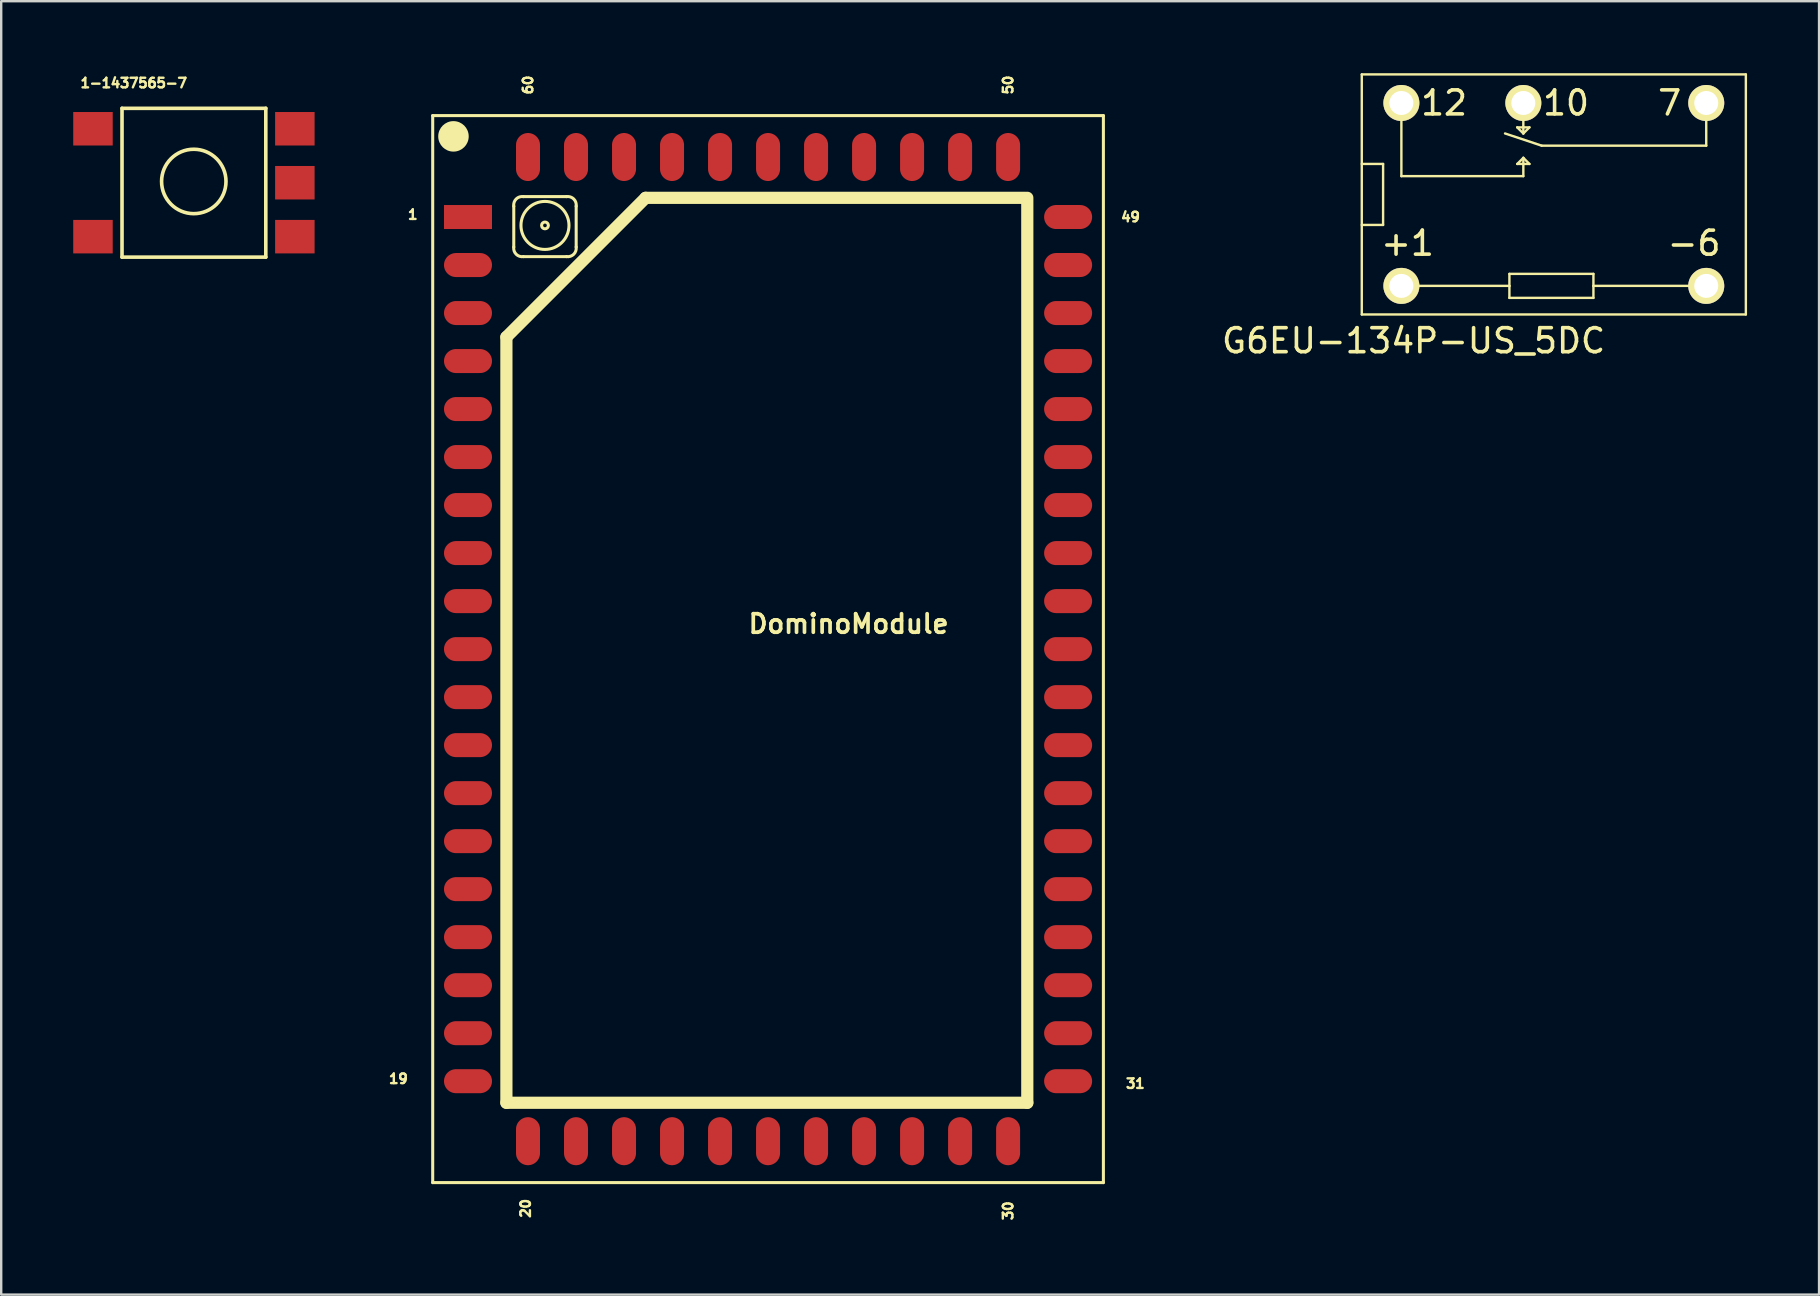
<source format=kicad_pcb>
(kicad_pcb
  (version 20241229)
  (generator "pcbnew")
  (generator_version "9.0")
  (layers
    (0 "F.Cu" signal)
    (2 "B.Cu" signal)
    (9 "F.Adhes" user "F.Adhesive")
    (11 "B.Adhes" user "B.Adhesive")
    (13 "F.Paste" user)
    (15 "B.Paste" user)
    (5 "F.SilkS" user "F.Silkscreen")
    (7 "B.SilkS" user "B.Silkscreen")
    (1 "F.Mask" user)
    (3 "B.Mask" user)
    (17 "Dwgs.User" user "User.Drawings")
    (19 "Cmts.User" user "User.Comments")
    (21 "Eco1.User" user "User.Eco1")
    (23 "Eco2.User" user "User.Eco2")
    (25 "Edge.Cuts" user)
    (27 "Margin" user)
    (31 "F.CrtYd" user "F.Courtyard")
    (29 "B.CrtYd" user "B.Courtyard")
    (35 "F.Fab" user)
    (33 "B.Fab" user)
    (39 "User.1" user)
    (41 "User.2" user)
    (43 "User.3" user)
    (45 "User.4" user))
  (footprint "1-1437565-7"
    (layer "F.Cu")
    (at 0.823 6.809)
    (property "Reference" "1-1437565-7" (at 1.7 -6.4 0) (layer "F.SilkS") (effects (font (size 0.4 0.4) (thickness 0.1))))
    (attr through_hole)
    (fp_line (start 1.21 -5.347) (end 1.21 0.853) (stroke (width 0.15) (type solid)) (layer "F.SilkS"))
    (fp_line (start 1.21 0.853) (end 7.2 0.853) (stroke (width 0.15) (type solid)) (layer "F.SilkS"))
    (fp_line (start 7.2 -5.347) (end 1.21 -5.347) (stroke (width 0.15) (type solid)) (layer "F.SilkS"))
    (fp_line (start 7.2 0.853) (end 7.2 -5.347) (stroke (width 0.15) (type solid)) (layer "F.SilkS"))
    (fp_circle (center 4.2 -2.3) (end 3.6 -3.5) (stroke (width 0.15) (type solid)) (fill no) (layer "F.SilkS"))
    (pad "1" smd rect (at 0 0) (size 1.645 1.395) (layers "F.Cu" "F.Mask" "F.Paste"))
    (pad "2" smd rect (at 8.41 0) (size 1.645 1.395) (layers "F.Cu" "F.Mask" "F.Paste"))
    (pad "3" smd rect (at 0 -4.495) (size 1.645 1.395) (layers "F.Cu" "F.Mask" "F.Paste"))
    (pad "4" smd rect (at 8.41 -4.495) (size 1.645 1.395) (layers "F.Cu" "F.Mask" "F.Paste"))
    (pad "5" smd rect (at 8.41 -2.247) (size 1.645 1.395) (layers "F.Cu" "F.Mask" "F.Paste")))
  (footprint "G6EU-134P-US_5DC"
    (layer "F.Cu")
    (at 61.68 5.05)
    (property "Reference" "G6EU-134P-US_5DC" (at -5.842 6.096 0) (layer "F.SilkS") (effects (font (size 1 1) (thickness 0.15))))
    (attr through_hole)
    (fp_line (start -8 -5) (end 8 -5) (stroke (width 0.1) (type solid)) (layer "F.SilkS"))
    (fp_line (start -8 -1.27) (end -7.112 -1.27) (stroke (width 0.1) (type solid)) (layer "F.SilkS"))
    (fp_line (start -8 5) (end -8 -5) (stroke (width 0.1) (type solid)) (layer "F.SilkS"))
    (fp_line (start -7.112 -1.27) (end -7.112 1.27) (stroke (width 0.1) (type solid)) (layer "F.SilkS"))
    (fp_line (start -7.112 1.27) (end -8 1.27) (stroke (width 0.1) (type solid)) (layer "F.SilkS"))
    (fp_line (start -6.35 -3.302) (end -6.35 -0.762) (stroke (width 0.1) (type solid)) (layer "F.SilkS"))
    (fp_line (start -6.35 -0.762) (end -1.27 -0.762) (stroke (width 0.1) (type solid)) (layer "F.SilkS"))
    (fp_line (start -5.85 3.81) (end -1.85 3.81) (stroke (width 0.1) (type solid)) (layer "F.SilkS"))
    (fp_line (start -1.85 3.31) (end 1.65 3.31) (stroke (width 0.1) (type solid)) (layer "F.SilkS"))
    (fp_line (start -1.85 3.81) (end -1.85 3.31) (stroke (width 0.1) (type solid)) (layer "F.SilkS"))
    (fp_line (start -1.85 4.31) (end -1.85 3.81) (stroke (width 0.1) (type solid)) (layer "F.SilkS"))
    (fp_line (start -1.524 -2.794) (end -1.016 -2.794) (stroke (width 0.1) (type solid)) (layer "F.SilkS"))
    (fp_line (start -1.524 -1.27) (end -1.016 -1.27) (stroke (width 0.1) (type solid)) (layer "F.SilkS"))
    (fp_line (start -1.27 -3.302) (end -1.27 -2.794) (stroke (width 0.1) (type solid)) (layer "F.SilkS"))
    (fp_line (start -1.27 -2.794) (end -1.27 -2.54) (stroke (width 0.1) (type solid)) (layer "F.SilkS"))
    (fp_line (start -1.27 -2.54) (end -1.524 -2.794) (stroke (width 0.1) (type solid)) (layer "F.SilkS"))
    (fp_line (start -1.27 -1.524) (end -1.524 -1.27) (stroke (width 0.1) (type solid)) (layer "F.SilkS"))
    (fp_line (start -1.27 -0.762) (end -1.27 -1.524) (stroke (width 0.1) (type solid)) (layer "F.SilkS"))
    (fp_line (start -1.016 -2.794) (end -1.27 -2.54) (stroke (width 0.1) (type solid)) (layer "F.SilkS"))
    (fp_line (start -1.016 -1.27) (end -1.27 -1.524) (stroke (width 0.1) (type solid)) (layer "F.SilkS"))
    (fp_line (start -0.508 -2.032) (end -2.032 -2.54) (stroke (width 0.1) (type solid)) (layer "F.SilkS"))
    (fp_line (start 1.65 3.31) (end 1.65 3.81) (stroke (width 0.1) (type solid)) (layer "F.SilkS"))
    (fp_line (start 1.65 3.81) (end 1.65 4.31) (stroke (width 0.1) (type solid)) (layer "F.SilkS"))
    (fp_line (start 1.65 3.81) (end 5.65 3.81) (stroke (width 0.1) (type solid)) (layer "F.SilkS"))
    (fp_line (start 1.65 4.31) (end -1.85 4.31) (stroke (width 0.1) (type solid)) (layer "F.SilkS"))
    (fp_line (start 6.35 -3.302) (end 6.35 -2.032) (stroke (width 0.1) (type solid)) (layer "F.SilkS"))
    (fp_line (start 6.35 -2.032) (end -0.508 -2.032) (stroke (width 0.1) (type solid)) (layer "F.SilkS"))
    (fp_line (start 8 -5) (end 8 5) (stroke (width 0.1) (type solid)) (layer "F.SilkS"))
    (fp_line (start 8 5) (end -8 5) (stroke (width 0.1) (type solid)) (layer "F.SilkS"))
    (fp_text user "+1" (at -6.096 2.032 0) (layer "F.SilkS") (effects (font (size 1 1) (thickness 0.15))))
    (fp_text user "7" (at 4.826 -3.81 0) (layer "F.SilkS") (effects (font (size 1 1) (thickness 0.15))))
    (fp_text user "-6" (at 5.842 2.032 0) (layer "F.SilkS") (effects (font (size 1 1) (thickness 0.15))))
    (fp_text user "12" (at -4.572 -3.81 0) (layer "F.SilkS") (effects (font (size 1 1) (thickness 0.15))))
    (fp_text user "10" (at 0.508 -3.81 0) (layer "F.SilkS") (effects (font (size 1 1) (thickness 0.15))))
    (pad "1" thru_hole circle (at -6.35 3.81) (size 1.5 1.5) (drill 1) (layers "*.Cu" "*.Mask" "F.SilkS"))
    (pad "2" thru_hole circle (at 6.35 3.81) (size 1.5 1.5) (drill 1) (layers "*.Cu" "*.Mask" "F.SilkS"))
    (pad "3" thru_hole circle (at 6.35 -3.81) (size 1.5 1.5) (drill 1) (layers "*.Cu" "*.Mask" "F.SilkS"))
    (pad "4" thru_hole circle (at -1.27 -3.81) (size 1.5 1.5) (drill 1) (layers "*.Cu" "*.Mask" "F.SilkS"))
    (pad "5" thru_hole circle (at -6.35 -3.81) (size 1.5 1.5) (drill 1) (layers "*.Cu" "*.Mask" "F.SilkS")))
  (footprint "DominoModule"
    (layer "F.Cu")
    (at 28.946 23.991)
    (property "Reference" "DominoModule" (at -0.9 -0.6 0) (layer "F.SilkS") (effects (font (size 0.772 0.772) (thickness 0.154)) (justify left bottom)))
    (attr through_hole)
    (fp_line (start -13.97 -22.225) (end -13.97 22.225) (stroke (width 0.127) (type solid)) (layer "F.SilkS"))
    (fp_line (start -13.97 22.225) (end 13.97 22.225) (stroke (width 0.127) (type solid)) (layer "F.SilkS"))
    (fp_line (start -10.9 -13) (end -5.1 -18.8) (stroke (width 0.508) (type solid)) (layer "F.SilkS"))
    (fp_line (start -10.9 18.9) (end -10.9 -13) (stroke (width 0.508) (type solid)) (layer "F.SilkS"))
    (fp_line (start -10.593 -16.75) (end -10.593 -18.45) (stroke (width 0.127) (type solid)) (layer "F.SilkS"))
    (fp_line (start -10.193 -18.85) (end -8.393 -18.85) (stroke (width 0.127) (type solid)) (layer "F.SilkS"))
    (fp_line (start -8.393 -16.35) (end -10.193 -16.35) (stroke (width 0.127) (type solid)) (layer "F.SilkS"))
    (fp_line (start -7.993 -18.45) (end -7.993 -16.75) (stroke (width 0.127) (type solid)) (layer "F.SilkS"))
    (fp_line (start -5.1 -18.8) (end 10.7 -18.8) (stroke (width 0.508) (type solid)) (layer "F.SilkS"))
    (fp_line (start 10.8 -18.8) (end 10.8 18.9) (stroke (width 0.508) (type solid)) (layer "F.SilkS"))
    (fp_line (start 10.8 18.9) (end -10.9 18.9) (stroke (width 0.508) (type solid)) (layer "F.SilkS"))
    (fp_line (start 13.97 -22.225) (end -13.97 -22.225) (stroke (width 0.127) (type solid)) (layer "F.SilkS"))
    (fp_line (start 13.97 22.225) (end 13.97 -22.225) (stroke (width 0.127) (type solid)) (layer "F.SilkS"))
    (fp_arc (start -10.593479 -18.450491) (mid -10.49361 -18.75036) (end -10.193847 -18.850543) (stroke (width 0.127) (type solid)) (layer "F.SilkS"))
    (fp_arc (start -10.193479 -16.350491) (mid -10.493347 -16.450359) (end -10.59353 -16.750122) (stroke (width 0.127) (type solid)) (layer "F.SilkS"))
    (fp_arc (start -8.393479 -18.850491) (mid -8.09361 -18.750623) (end -7.993425 -18.45086) (stroke (width 0.127) (type solid)) (layer "F.SilkS"))
    (fp_arc (start -7.993479 -16.750491) (mid -8.093346 -16.450623) (end -8.393109 -16.350438) (stroke (width 0.127) (type solid)) (layer "F.SilkS"))
    (fp_circle (center -13.105 -21.36) (end -12.47 -21.36) (stroke (width 0) (type solid)) (fill yes) (layer "F.SilkS"))
    (fp_circle (center -9.293 -17.65) (end -9.152 -17.65) (stroke (width 0.127) (type solid)) (fill no) (layer "F.SilkS"))
    (fp_circle (center -9.293 -17.65) (end -8.293 -17.65) (stroke (width 0.127) (type solid)) (fill no) (layer "F.SilkS"))
    (fp_text user "19" (at -15.4 17.9 0) (layer "F.SilkS") (effects (font (size 0.4 0.4) (thickness 0.1))))
    (fp_text user "31" (at 15.3 18.1 0) (layer "F.SilkS") (effects (font (size 0.4 0.4) (thickness 0.1))))
    (fp_text user "30" (at 10 23.4 90) (layer "F.SilkS") (effects (font (size 0.4 0.4) (thickness 0.1))))
    (fp_text user "60" (at -10 -23.5 90) (layer "F.SilkS") (effects (font (size 0.4 0.4) (thickness 0.1))))
    (fp_text user "1" (at -14.8 -18.1 0) (layer "F.SilkS") (effects (font (size 0.4 0.4) (thickness 0.1))))
    (fp_text user "50" (at 10 -23.5 90) (layer "F.SilkS") (effects (font (size 0.4 0.4) (thickness 0.1))))
    (fp_text user "49" (at 15.1 -18 0) (layer "F.SilkS") (effects (font (size 0.4 0.4) (thickness 0.1))))
    (fp_text user "20" (at -10.1 23.3 90) (layer "F.SilkS") (effects (font (size 0.4 0.4) (thickness 0.1))))
    (pad "1" smd rect (at -12.5 -18) (size 2 1) (layers "F.Cu" "F.Mask" "F.Paste"))
    (pad "2" smd oval (at -12.5 -16) (size 2 1) (layers "F.Cu" "F.Mask" "F.Paste"))
    (pad "3" smd oval (at -12.5 -14 180) (size 2 1) (layers "F.Cu" "F.Mask" "F.Paste"))
    (pad "4" smd oval (at -12.5 -12 180) (size 2 1) (layers "F.Cu" "F.Mask" "F.Paste"))
    (pad "5" smd oval (at -12.5 -10 180) (size 2 1) (layers "F.Cu" "F.Mask" "F.Paste"))
    (pad "6" smd oval (at -12.5 -8 180) (size 2 1) (layers "F.Cu" "F.Mask" "F.Paste"))
    (pad "7" smd oval (at -12.5 -6 180) (size 2 1) (layers "F.Cu" "F.Mask" "F.Paste"))
    (pad "8" smd oval (at -12.5 -4 180) (size 2 1) (layers "F.Cu" "F.Mask" "F.Paste"))
    (pad "9" smd oval (at -12.5 -2 180) (size 2 1) (layers "F.Cu" "F.Mask" "F.Paste"))
    (pad "10" smd oval (at -12.5 0 180) (size 2 1) (layers "F.Cu" "F.Mask" "F.Paste"))
    (pad "11" smd oval (at -12.5 2 180) (size 2 1) (layers "F.Cu" "F.Mask" "F.Paste"))
    (pad "12" smd oval (at -12.5 4 180) (size 2 1) (layers "F.Cu" "F.Mask" "F.Paste"))
    (pad "13" smd oval (at -12.5 6 180) (size 2 1) (layers "F.Cu" "F.Mask" "F.Paste"))
    (pad "14" smd oval (at -12.5 8 180) (size 2 1) (layers "F.Cu" "F.Mask" "F.Paste"))
    (pad "15" smd oval (at -12.5 10) (size 2 1) (layers "F.Cu" "F.Mask" "F.Paste"))
    (pad "16" smd oval (at -12.5 12) (size 2 1) (layers "F.Cu" "F.Mask" "F.Paste"))
    (pad "17" smd oval (at -12.5 14 180) (size 2 1) (layers "F.Cu" "F.Mask" "F.Paste"))
    (pad "18" smd oval (at -12.5 16 180) (size 2 1) (layers "F.Cu" "F.Mask" "F.Paste"))
    (pad "19" smd oval (at -12.5 18 180) (size 2 1) (layers "F.Cu" "F.Mask" "F.Paste"))
    (pad "20" smd oval (at -10 20.5 270) (size 2 1) (layers "F.Cu" "F.Mask" "F.Paste"))
    (pad "21" smd oval (at -8 20.5 270) (size 2 1) (layers "F.Cu" "F.Mask" "F.Paste"))
    (pad "22" smd oval (at -6 20.5 270) (size 2 1) (layers "F.Cu" "F.Mask" "F.Paste"))
    (pad "23" smd oval (at -4 20.5 270) (size 2 1) (layers "F.Cu" "F.Mask" "F.Paste"))
    (pad "24" smd oval (at -2 20.5 90) (size 2 1) (layers "F.Cu" "F.Mask" "F.Paste"))
    (pad "25" smd oval (at 0 20.5 90) (size 2 1) (layers "F.Cu" "F.Mask" "F.Paste"))
    (pad "26" smd oval (at 2 20.5 90) (size 2 1) (layers "F.Cu" "F.Mask" "F.Paste"))
    (pad "27" smd oval (at 4 20.5 90) (size 2 1) (layers "F.Cu" "F.Mask" "F.Paste"))
    (pad "28" smd oval (at 6 20.5 90) (size 2 1) (layers "F.Cu" "F.Mask" "F.Paste"))
    (pad "29" smd oval (at 8 20.5 270) (size 2 1) (layers "F.Cu" "F.Mask" "F.Paste"))
    (pad "30" smd oval (at 10 20.5 90) (size 2 1) (layers "F.Cu" "F.Mask" "F.Paste"))
    (pad "31" smd oval (at 12.5 18) (size 2 1) (layers "F.Cu" "F.Mask" "F.Paste"))
    (pad "32" smd oval (at 12.5 16 180) (size 2 1) (layers "F.Cu" "F.Mask" "F.Paste"))
    (pad "33" smd oval (at 12.5 14 180) (size 2 1) (layers "F.Cu" "F.Mask" "F.Paste"))
    (pad "34" smd oval (at 12.5 12 180) (size 2 1) (layers "F.Cu" "F.Mask" "F.Paste"))
    (pad "35" smd oval (at 12.5 10 180) (size 2 1) (layers "F.Cu" "F.Mask" "F.Paste"))
    (pad "36" smd oval (at 12.5 8) (size 2 1) (layers "F.Cu" "F.Mask" "F.Paste"))
    (pad "37" smd oval (at 12.5 6) (size 2 1) (layers "F.Cu" "F.Mask" "F.Paste"))
    (pad "38" smd oval (at 12.5 4 180) (size 2 1) (layers "F.Cu" "F.Mask" "F.Paste"))
    (pad "39" smd oval (at 12.5 2 180) (size 2 1) (layers "F.Cu" "F.Mask" "F.Paste"))
    (pad "40" smd oval (at 12.5 0 180) (size 2 1) (layers "F.Cu" "F.Mask" "F.Paste"))
    (pad "41" smd oval (at 12.5 -2) (size 2 1) (layers "F.Cu" "F.Mask" "F.Paste"))
    (pad "42" smd oval (at 12.5 -4 180) (size 2 1) (layers "F.Cu" "F.Mask" "F.Paste"))
    (pad "43" smd oval (at 12.5 -6 180) (size 2 1) (layers "F.Cu" "F.Mask" "F.Paste"))
    (pad "44" smd oval (at 12.5 -8 180) (size 2 1) (layers "F.Cu" "F.Mask" "F.Paste"))
    (pad "45" smd oval (at 12.5 -10 180) (size 2 1) (layers "F.Cu" "F.Mask" "F.Paste"))
    (pad "46" smd oval (at 12.5 -12 180) (size 2 1) (layers "F.Cu" "F.Mask" "F.Paste"))
    (pad "47" smd oval (at 12.5 -14 180) (size 2 1) (layers "F.Cu" "F.Mask" "F.Paste"))
    (pad "48" smd oval (at 12.5 -16 180) (size 2 1) (layers "F.Cu" "F.Mask" "F.Paste"))
    (pad "49" smd oval (at 12.5 -18) (size 2 1) (layers "F.Cu" "F.Mask" "F.Paste"))
    (pad "50" smd oval (at 10 -20.5 270) (size 2 1) (layers "F.Cu" "F.Mask" "F.Paste"))
    (pad "51" smd oval (at 8 -20.5 270) (size 2 1) (layers "F.Cu" "F.Mask" "F.Paste"))
    (pad "52" smd oval (at 6 -20.5 270) (size 2 1) (layers "F.Cu" "F.Mask" "F.Paste"))
    (pad "53" smd oval (at 4 -20.5 270) (size 2 1) (layers "F.Cu" "F.Mask" "F.Paste"))
    (pad "54" smd oval (at 2 -20.5 270) (size 2 1) (layers "F.Cu" "F.Mask" "F.Paste"))
    (pad "55" smd oval (at 0 -20.5 270) (size 2 1) (layers "F.Cu" "F.Mask" "F.Paste"))
    (pad "56" smd oval (at -2 -20.5 270) (size 2 1) (layers "F.Cu" "F.Mask" "F.Paste"))
    (pad "57" smd oval (at -4 -20.5 270) (size 2 1) (layers "F.Cu" "F.Mask" "F.Paste"))
    (pad "58" smd oval (at -6 -20.5 270) (size 2 1) (layers "F.Cu" "F.Mask" "F.Paste"))
    (pad "59" smd oval (at -8 -20.5 270) (size 2 1) (layers "F.Cu" "F.Mask" "F.Paste"))
    (pad "60" smd oval (at -10 -20.5 270) (size 2 1) (layers "F.Cu" "F.Mask" "F.Paste")))
  (gr_rect
    (start -3 -3)
    (end 72.73 50.882)
    (stroke (width 0.1) (type default))
    (fill no)
    (layer "Edge.Cuts")))
</source>
